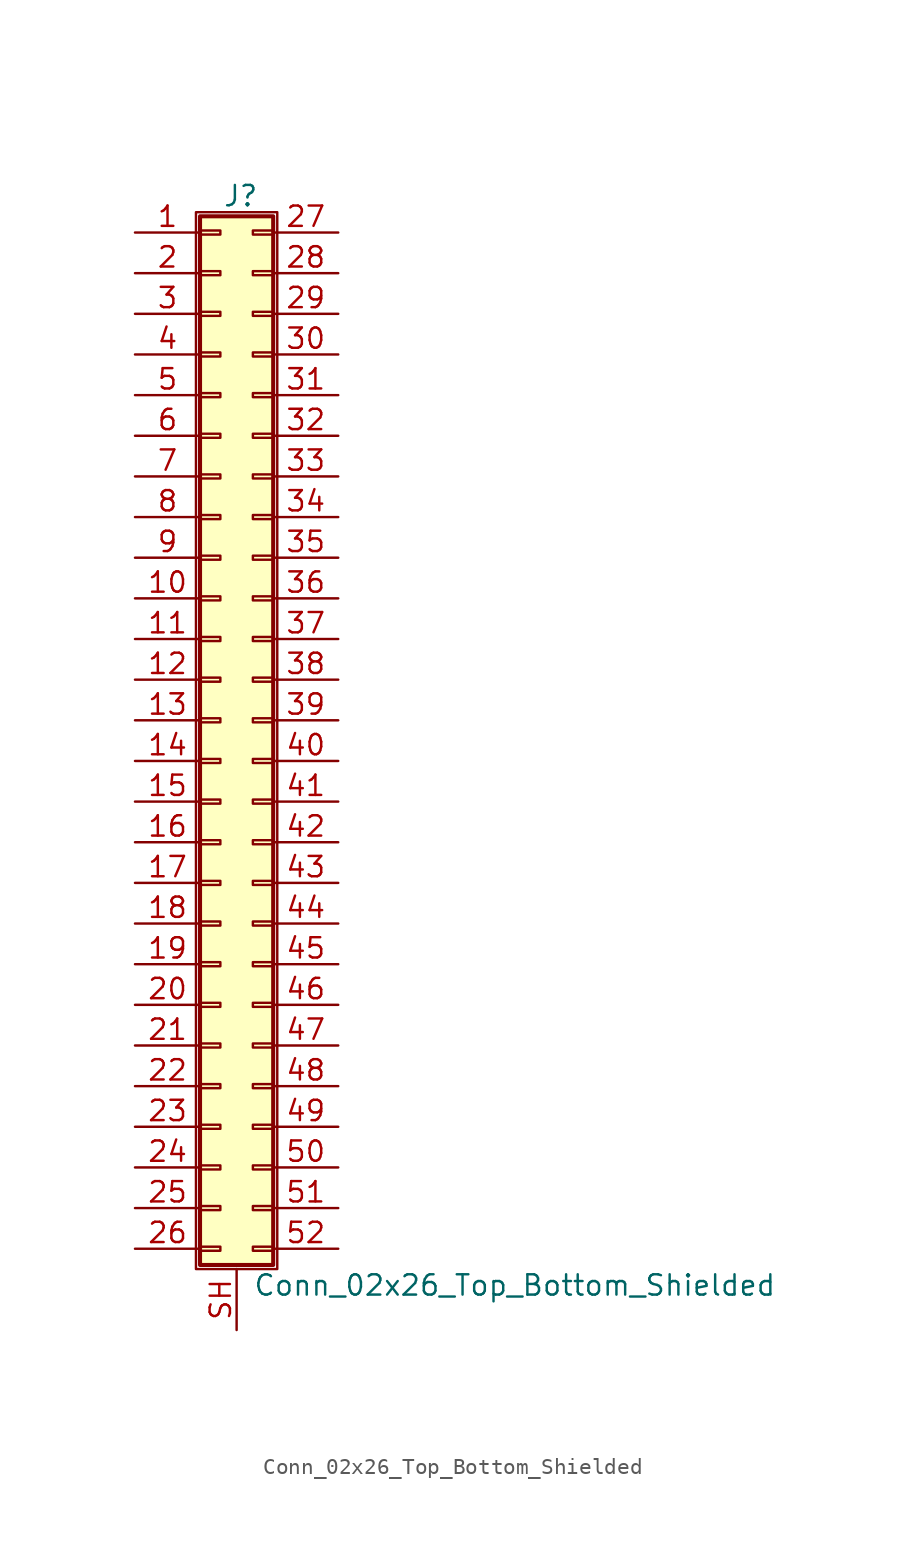
<source format=kicad_sym>
(kicad_symbol_lib
  (version 20201005)
  (generator kicad_symbol_editor)
  (symbol "Conn_02x26_Top_Bottom_Shielded"
    (pin_names
      (offset 1.016) hide)
    (property "Reference" "J"
      (at 1.524 32.766 0)
      (effects (font (size 1.27 1.27))))
    (property "Value" "Conn_02x26_Top_Bottom_Shielded"
      (at 2.286 -35.306 0)
      (effects (font (size 1.27 1.27)) (justify left)))
    (symbol "Conn_02x26_Top_Bottom_Shielded_1_1"
      (rectangle (start -1.27 31.75) (end 3.81 -34.29) (stroke (width 0.152)) (fill (type none)))
      (rectangle (start -1.016 -32.893) (end 0.254 -33.147) (stroke (width 0.152)) (fill (type none)))
      (rectangle (start -1.016 -30.353) (end 0.254 -30.607) (stroke (width 0.152)) (fill (type none)))
      (rectangle (start -1.016 -27.813) (end 0.254 -28.067) (stroke (width 0.152)) (fill (type none)))
      (rectangle (start -1.016 -25.273) (end 0.254 -25.527) (stroke (width 0.152)) (fill (type none)))
      (rectangle (start -1.016 -22.733) (end 0.254 -22.987) (stroke (width 0.152)) (fill (type none)))
      (rectangle (start -1.016 -20.193) (end 0.254 -20.447) (stroke (width 0.152)) (fill (type none)))
      (rectangle (start -1.016 -17.653) (end 0.254 -17.907) (stroke (width 0.152)) (fill (type none)))
      (rectangle (start -1.016 -15.113) (end 0.254 -15.367) (stroke (width 0.152)) (fill (type none)))
      (rectangle (start -1.016 -12.573) (end 0.254 -12.827) (stroke (width 0.152)) (fill (type none)))
      (rectangle (start -1.016 -10.033) (end 0.254 -10.287) (stroke (width 0.152)) (fill (type none)))
      (rectangle (start -1.016 -7.493) (end 0.254 -7.747) (stroke (width 0.152)) (fill (type none)))
      (rectangle (start -1.016 -4.953) (end 0.254 -5.207) (stroke (width 0.152)) (fill (type none)))
      (rectangle (start -1.016 -2.413) (end 0.254 -2.667) (stroke (width 0.152)) (fill (type none)))
      (rectangle (start -1.016 0.127) (end 0.254 -0.127) (stroke (width 0.152)) (fill (type none)))
      (rectangle (start -1.016 2.667) (end 0.254 2.413) (stroke (width 0.152)) (fill (type none)))
      (rectangle (start -1.016 5.207) (end 0.254 4.953) (stroke (width 0.152)) (fill (type none)))
      (rectangle (start -1.016 7.747) (end 0.254 7.493) (stroke (width 0.152)) (fill (type none)))
      (rectangle (start -1.016 10.287) (end 0.254 10.033) (stroke (width 0.152)) (fill (type none)))
      (rectangle (start -1.016 12.827) (end 0.254 12.573) (stroke (width 0.152)) (fill (type none)))
      (rectangle (start -1.016 15.367) (end 0.254 15.113) (stroke (width 0.152)) (fill (type none)))
      (rectangle (start -1.016 17.907) (end 0.254 17.653) (stroke (width 0.152)) (fill (type none)))
      (rectangle (start -1.016 20.447) (end 0.254 20.193) (stroke (width 0.152)) (fill (type none)))
      (rectangle (start -1.016 22.987) (end 0.254 22.733) (stroke (width 0.152)) (fill (type none)))
      (rectangle (start -1.016 25.527) (end 0.254 25.273) (stroke (width 0.152)) (fill (type none)))
      (rectangle (start -1.016 28.067) (end 0.254 27.813) (stroke (width 0.152)) (fill (type none)))
      (rectangle (start -1.016 30.607) (end 0.254 30.353) (stroke (width 0.152)) (fill (type none)))
      (rectangle (start 3.556 -32.893) (end 2.286 -33.147) (stroke (width 0.152)) (fill (type none)))
      (rectangle (start 3.556 -30.353) (end 2.286 -30.607) (stroke (width 0.152)) (fill (type none)))
      (rectangle (start 3.556 -27.813) (end 2.286 -28.067) (stroke (width 0.152)) (fill (type none)))
      (rectangle (start 3.556 -25.273) (end 2.286 -25.527) (stroke (width 0.152)) (fill (type none)))
      (rectangle (start 3.556 -22.733) (end 2.286 -22.987) (stroke (width 0.152)) (fill (type none)))
      (rectangle (start 3.556 -20.193) (end 2.286 -20.447) (stroke (width 0.152)) (fill (type none)))
      (rectangle (start 3.556 -17.653) (end 2.286 -17.907) (stroke (width 0.152)) (fill (type none)))
      (rectangle (start 3.556 -15.113) (end 2.286 -15.367) (stroke (width 0.152)) (fill (type none)))
      (rectangle (start 3.556 -12.573) (end 2.286 -12.827) (stroke (width 0.152)) (fill (type none)))
      (rectangle (start 3.556 -10.033) (end 2.286 -10.287) (stroke (width 0.152)) (fill (type none)))
      (rectangle (start 3.556 -7.493) (end 2.286 -7.747) (stroke (width 0.152)) (fill (type none)))
      (rectangle (start 3.556 -4.953) (end 2.286 -5.207) (stroke (width 0.152)) (fill (type none)))
      (rectangle (start 3.556 -2.413) (end 2.286 -2.667) (stroke (width 0.152)) (fill (type none)))
      (rectangle (start 3.556 0.127) (end 2.286 -0.127) (stroke (width 0.152)) (fill (type none)))
      (rectangle (start 3.556 2.667) (end 2.286 2.413) (stroke (width 0.152)) (fill (type none)))
      (rectangle (start 3.556 5.207) (end 2.286 4.953) (stroke (width 0.152)) (fill (type none)))
      (rectangle (start 3.556 7.747) (end 2.286 7.493) (stroke (width 0.152)) (fill (type none)))
      (rectangle (start 3.556 10.287) (end 2.286 10.033) (stroke (width 0.152)) (fill (type none)))
      (rectangle (start 3.556 12.827) (end 2.286 12.573) (stroke (width 0.152)) (fill (type none)))
      (rectangle (start 3.556 15.367) (end 2.286 15.113) (stroke (width 0.152)) (fill (type none)))
      (rectangle (start 3.556 17.907) (end 2.286 17.653) (stroke (width 0.152)) (fill (type none)))
      (rectangle (start 3.556 20.447) (end 2.286 20.193) (stroke (width 0.152)) (fill (type none)))
      (rectangle (start 3.556 22.987) (end 2.286 22.733) (stroke (width 0.152)) (fill (type none)))
      (rectangle (start 3.556 25.527) (end 2.286 25.273) (stroke (width 0.152)) (fill (type none)))
      (rectangle (start 3.556 28.067) (end 2.286 27.813) (stroke (width 0.152)) (fill (type none)))
      (rectangle (start 3.556 30.607) (end 2.286 30.353) (stroke (width 0.152)) (fill (type none)))
      (rectangle (start -1.016 31.496) (end 3.556 -34.036) (stroke (width 0.254)) (fill (type background)))
      (pin passive line (at -5.08 30.48 0) (length 4.064) (name "Pin_1" (effects (font (size 1.27 1.27)))) (number "1" (effects (font (size 1.27 1.27)))))
      (pin passive line (at -5.08 7.62 0) (length 4.064) (name "Pin_10" (effects (font (size 1.27 1.27)))) (number "10" (effects (font (size 1.27 1.27)))))
      (pin passive line (at -5.08 5.08 0) (length 4.064) (name "Pin_11" (effects (font (size 1.27 1.27)))) (number "11" (effects (font (size 1.27 1.27)))))
      (pin passive line (at -5.08 2.54 0) (length 4.064) (name "Pin_12" (effects (font (size 1.27 1.27)))) (number "12" (effects (font (size 1.27 1.27)))))
      (pin passive line (at -5.08 0 0) (length 4.064) (name "Pin_13" (effects (font (size 1.27 1.27)))) (number "13" (effects (font (size 1.27 1.27)))))
      (pin passive line (at -5.08 -2.54 0) (length 4.064) (name "Pin_14" (effects (font (size 1.27 1.27)))) (number "14" (effects (font (size 1.27 1.27)))))
      (pin passive line (at -5.08 -5.08 0) (length 4.064) (name "Pin_15" (effects (font (size 1.27 1.27)))) (number "15" (effects (font (size 1.27 1.27)))))
      (pin passive line (at -5.08 -7.62 0) (length 4.064) (name "Pin_16" (effects (font (size 1.27 1.27)))) (number "16" (effects (font (size 1.27 1.27)))))
      (pin passive line (at -5.08 -10.16 0) (length 4.064) (name "Pin_17" (effects (font (size 1.27 1.27)))) (number "17" (effects (font (size 1.27 1.27)))))
      (pin passive line (at -5.08 -12.7 0) (length 4.064) (name "Pin_18" (effects (font (size 1.27 1.27)))) (number "18" (effects (font (size 1.27 1.27)))))
      (pin passive line (at -5.08 -15.24 0) (length 4.064) (name "Pin_19" (effects (font (size 1.27 1.27)))) (number "19" (effects (font (size 1.27 1.27)))))
      (pin passive line (at -5.08 27.94 0) (length 4.064) (name "Pin_2" (effects (font (size 1.27 1.27)))) (number "2" (effects (font (size 1.27 1.27)))))
      (pin passive line (at -5.08 -17.78 0) (length 4.064) (name "Pin_20" (effects (font (size 1.27 1.27)))) (number "20" (effects (font (size 1.27 1.27)))))
      (pin passive line (at -5.08 -20.32 0) (length 4.064) (name "Pin_21" (effects (font (size 1.27 1.27)))) (number "21" (effects (font (size 1.27 1.27)))))
      (pin passive line (at -5.08 -22.86 0) (length 4.064) (name "Pin_22" (effects (font (size 1.27 1.27)))) (number "22" (effects (font (size 1.27 1.27)))))
      (pin passive line (at -5.08 -25.4 0) (length 4.064) (name "Pin_23" (effects (font (size 1.27 1.27)))) (number "23" (effects (font (size 1.27 1.27)))))
      (pin passive line (at -5.08 -27.94 0) (length 4.064) (name "Pin_24" (effects (font (size 1.27 1.27)))) (number "24" (effects (font (size 1.27 1.27)))))
      (pin passive line (at -5.08 -30.48 0) (length 4.064) (name "Pin_25" (effects (font (size 1.27 1.27)))) (number "25" (effects (font (size 1.27 1.27)))))
      (pin passive line (at -5.08 -33.02 0) (length 4.064) (name "Pin_26" (effects (font (size 1.27 1.27)))) (number "26" (effects (font (size 1.27 1.27)))))
      (pin passive line (at 7.62 30.48 180) (length 4.064) (name "Pin_27" (effects (font (size 1.27 1.27)))) (number "27" (effects (font (size 1.27 1.27)))))
      (pin passive line (at 7.62 27.94 180) (length 4.064) (name "Pin_28" (effects (font (size 1.27 1.27)))) (number "28" (effects (font (size 1.27 1.27)))))
      (pin passive line (at 7.62 25.4 180) (length 4.064) (name "Pin_29" (effects (font (size 1.27 1.27)))) (number "29" (effects (font (size 1.27 1.27)))))
      (pin passive line (at -5.08 25.4 0) (length 4.064) (name "Pin_3" (effects (font (size 1.27 1.27)))) (number "3" (effects (font (size 1.27 1.27)))))
      (pin passive line (at 7.62 22.86 180) (length 4.064) (name "Pin_30" (effects (font (size 1.27 1.27)))) (number "30" (effects (font (size 1.27 1.27)))))
      (pin passive line (at 7.62 20.32 180) (length 4.064) (name "Pin_31" (effects (font (size 1.27 1.27)))) (number "31" (effects (font (size 1.27 1.27)))))
      (pin passive line (at 7.62 17.78 180) (length 4.064) (name "Pin_32" (effects (font (size 1.27 1.27)))) (number "32" (effects (font (size 1.27 1.27)))))
      (pin passive line (at 7.62 15.24 180) (length 4.064) (name "Pin_33" (effects (font (size 1.27 1.27)))) (number "33" (effects (font (size 1.27 1.27)))))
      (pin passive line (at 7.62 12.7 180) (length 4.064) (name "Pin_34" (effects (font (size 1.27 1.27)))) (number "34" (effects (font (size 1.27 1.27)))))
      (pin passive line (at 7.62 10.16 180) (length 4.064) (name "Pin_35" (effects (font (size 1.27 1.27)))) (number "35" (effects (font (size 1.27 1.27)))))
      (pin passive line (at 7.62 7.62 180) (length 4.064) (name "Pin_36" (effects (font (size 1.27 1.27)))) (number "36" (effects (font (size 1.27 1.27)))))
      (pin passive line (at 7.62 5.08 180) (length 4.064) (name "Pin_37" (effects (font (size 1.27 1.27)))) (number "37" (effects (font (size 1.27 1.27)))))
      (pin passive line (at 7.62 2.54 180) (length 4.064) (name "Pin_38" (effects (font (size 1.27 1.27)))) (number "38" (effects (font (size 1.27 1.27)))))
      (pin passive line (at 7.62 0 180) (length 4.064) (name "Pin_39" (effects (font (size 1.27 1.27)))) (number "39" (effects (font (size 1.27 1.27)))))
      (pin passive line (at -5.08 22.86 0) (length 4.064) (name "Pin_4" (effects (font (size 1.27 1.27)))) (number "4" (effects (font (size 1.27 1.27)))))
      (pin passive line (at 7.62 -2.54 180) (length 4.064) (name "Pin_40" (effects (font (size 1.27 1.27)))) (number "40" (effects (font (size 1.27 1.27)))))
      (pin passive line (at 7.62 -5.08 180) (length 4.064) (name "Pin_41" (effects (font (size 1.27 1.27)))) (number "41" (effects (font (size 1.27 1.27)))))
      (pin passive line (at 7.62 -7.62 180) (length 4.064) (name "Pin_42" (effects (font (size 1.27 1.27)))) (number "42" (effects (font (size 1.27 1.27)))))
      (pin passive line (at 7.62 -10.16 180) (length 4.064) (name "Pin_43" (effects (font (size 1.27 1.27)))) (number "43" (effects (font (size 1.27 1.27)))))
      (pin passive line (at 7.62 -12.7 180) (length 4.064) (name "Pin_44" (effects (font (size 1.27 1.27)))) (number "44" (effects (font (size 1.27 1.27)))))
      (pin passive line (at 7.62 -15.24 180) (length 4.064) (name "Pin_45" (effects (font (size 1.27 1.27)))) (number "45" (effects (font (size 1.27 1.27)))))
      (pin passive line (at 7.62 -17.78 180) (length 4.064) (name "Pin_46" (effects (font (size 1.27 1.27)))) (number "46" (effects (font (size 1.27 1.27)))))
      (pin passive line (at 7.62 -20.32 180) (length 4.064) (name "Pin_47" (effects (font (size 1.27 1.27)))) (number "47" (effects (font (size 1.27 1.27)))))
      (pin passive line (at 7.62 -22.86 180) (length 4.064) (name "Pin_48" (effects (font (size 1.27 1.27)))) (number "48" (effects (font (size 1.27 1.27)))))
      (pin passive line (at 7.62 -25.4 180) (length 4.064) (name "Pin_49" (effects (font (size 1.27 1.27)))) (number "49" (effects (font (size 1.27 1.27)))))
      (pin passive line (at -5.08 20.32 0) (length 4.064) (name "Pin_5" (effects (font (size 1.27 1.27)))) (number "5" (effects (font (size 1.27 1.27)))))
      (pin passive line (at 7.62 -27.94 180) (length 4.064) (name "Pin_50" (effects (font (size 1.27 1.27)))) (number "50" (effects (font (size 1.27 1.27)))))
      (pin passive line (at 7.62 -30.48 180) (length 4.064) (name "Pin_51" (effects (font (size 1.27 1.27)))) (number "51" (effects (font (size 1.27 1.27)))))
      (pin passive line (at 7.62 -33.02 180) (length 4.064) (name "Pin_52" (effects (font (size 1.27 1.27)))) (number "52" (effects (font (size 1.27 1.27)))))
      (pin passive line (at -5.08 17.78 0) (length 4.064) (name "Pin_6" (effects (font (size 1.27 1.27)))) (number "6" (effects (font (size 1.27 1.27)))))
      (pin passive line (at -5.08 15.24 0) (length 4.064) (name "Pin_7" (effects (font (size 1.27 1.27)))) (number "7" (effects (font (size 1.27 1.27)))))
      (pin passive line (at -5.08 12.7 0) (length 4.064) (name "Pin_8" (effects (font (size 1.27 1.27)))) (number "8" (effects (font (size 1.27 1.27)))))
      (pin passive line (at -5.08 10.16 0) (length 4.064) (name "Pin_9" (effects (font (size 1.27 1.27)))) (number "9" (effects (font (size 1.27 1.27)))))
      (pin passive line (at 1.27 -38.1 90) (length 3.81) (name "Shield" (effects (font (size 1.27 1.27)))) (number "SH" (effects (font (size 1.27 1.27))))))))
</source>
